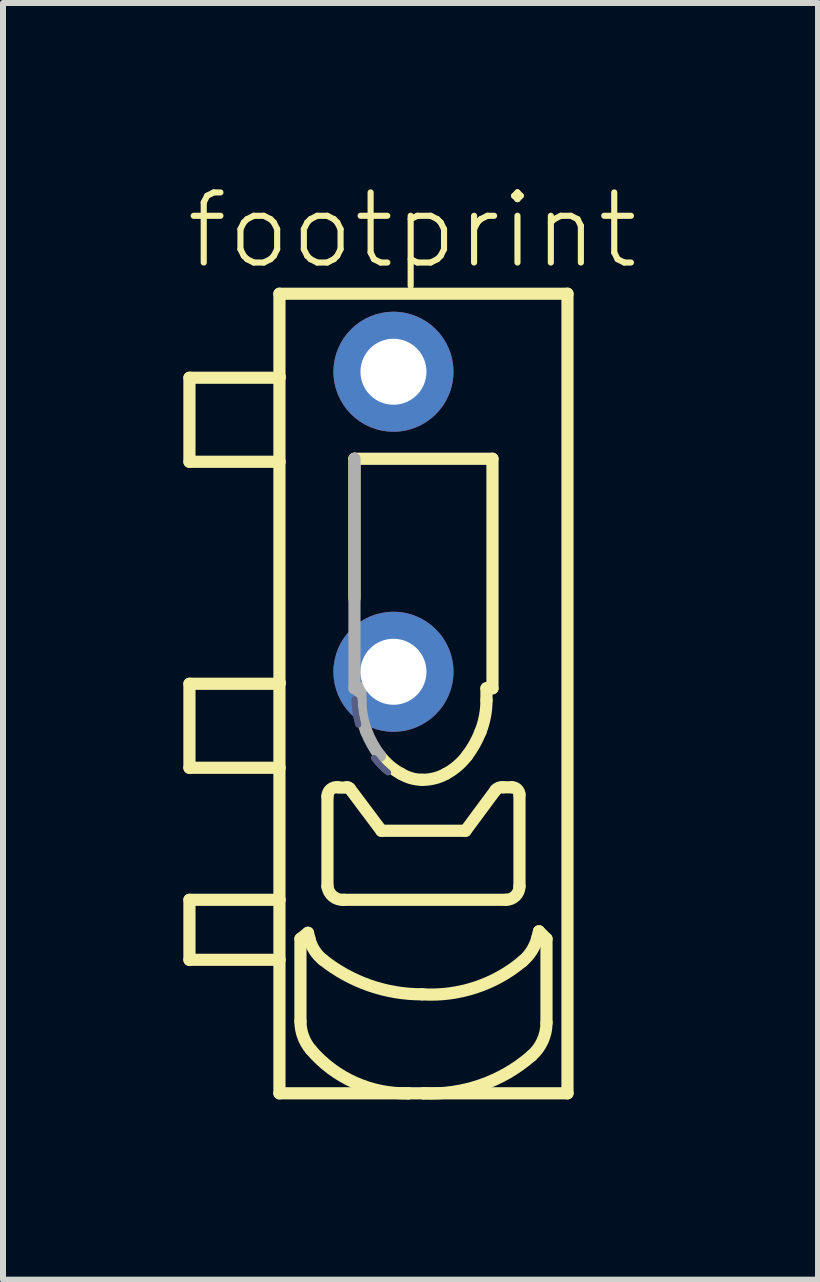
<source format=kicad_pcb>
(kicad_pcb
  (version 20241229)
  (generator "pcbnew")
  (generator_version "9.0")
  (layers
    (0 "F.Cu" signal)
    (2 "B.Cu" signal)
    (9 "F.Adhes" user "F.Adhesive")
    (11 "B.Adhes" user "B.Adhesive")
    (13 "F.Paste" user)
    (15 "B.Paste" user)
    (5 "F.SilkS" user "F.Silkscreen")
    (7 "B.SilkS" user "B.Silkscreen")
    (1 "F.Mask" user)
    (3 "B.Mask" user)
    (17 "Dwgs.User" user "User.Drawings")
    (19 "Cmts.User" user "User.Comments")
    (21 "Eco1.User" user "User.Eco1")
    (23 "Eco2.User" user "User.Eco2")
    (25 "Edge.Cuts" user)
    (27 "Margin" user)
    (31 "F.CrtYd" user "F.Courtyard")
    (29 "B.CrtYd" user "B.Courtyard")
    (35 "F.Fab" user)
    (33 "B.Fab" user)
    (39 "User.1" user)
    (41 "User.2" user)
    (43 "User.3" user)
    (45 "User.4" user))
  (footprint "footprint"
    (layer "F.Cu")
    (at 3.507 5.645)
    (property "Reference" "footprint" (at -3.507 -4.172 0) (layer "F.SilkS") (effects (font (size 1.168 1.168) (thickness 0.102)) (justify left bottom)))
    (fp_line (start -3.4 -2.4) (end -1.9 -2.4) (stroke (width 0.203) (type solid)) (layer "F.SilkS"))
    (fp_line (start -3.4 -1) (end -3.4 -2.4) (stroke (width 0.203) (type solid)) (layer "F.SilkS"))
    (fp_line (start -3.4 2.7) (end -1.925 2.7) (stroke (width 0.203) (type solid)) (layer "F.SilkS"))
    (fp_line (start -3.4 4.1) (end -3.4 2.7) (stroke (width 0.203) (type solid)) (layer "F.SilkS"))
    (fp_line (start -3.4 6.3) (end -1.9 6.3) (stroke (width 0.203) (type solid)) (layer "F.SilkS"))
    (fp_line (start -3.4 7.3) (end -3.4 6.3) (stroke (width 0.203) (type solid)) (layer "F.SilkS"))
    (fp_line (start -1.925 2.7) (end -1.9 2.7) (stroke (width 0.203) (type solid)) (layer "F.SilkS"))
    (fp_line (start -1.9 -3.8) (end 2.9 -3.8) (stroke (width 0.203) (type solid)) (layer "F.SilkS"))
    (fp_line (start -1.9 -2.425) (end -1.9 -3.8) (stroke (width 0.203) (type solid)) (layer "F.SilkS"))
    (fp_line (start -1.9 -2.425) (end -1.9 -1) (stroke (width 0.203) (type solid)) (layer "F.SilkS"))
    (fp_line (start -1.9 -2.4) (end -1.9 -2.425) (stroke (width 0.203) (type solid)) (layer "F.SilkS"))
    (fp_line (start -1.9 -1) (end -3.4 -1) (stroke (width 0.203) (type solid)) (layer "F.SilkS"))
    (fp_line (start -1.9 2.675) (end -1.9 -1) (stroke (width 0.203) (type solid)) (layer "F.SilkS"))
    (fp_line (start -1.9 2.675) (end -1.9 4.1) (stroke (width 0.203) (type solid)) (layer "F.SilkS"))
    (fp_line (start -1.9 2.7) (end -1.9 2.675) (stroke (width 0.203) (type solid)) (layer "F.SilkS"))
    (fp_line (start -1.9 4.1) (end -3.4 4.1) (stroke (width 0.203) (type solid)) (layer "F.SilkS"))
    (fp_line (start -1.9 6.3) (end -1.9 4.1) (stroke (width 0.203) (type solid)) (layer "F.SilkS"))
    (fp_line (start -1.9 6.3) (end -1.9 7.3) (stroke (width 0.203) (type solid)) (layer "F.SilkS"))
    (fp_line (start -1.9 7.3) (end -3.4 7.3) (stroke (width 0.203) (type solid)) (layer "F.SilkS"))
    (fp_line (start -1.9 9.525) (end -1.9 7.3) (stroke (width 0.203) (type solid)) (layer "F.SilkS"))
    (fp_line (start -1.55 6.95) (end -1.55 8.325) (stroke (width 0.203) (type solid)) (layer "F.SilkS"))
    (fp_line (start -1.425 6.85) (end -1.55 6.95) (stroke (width 0.203) (type solid)) (layer "F.SilkS"))
    (fp_line (start -1.425 6.85) (end -1.4 6.95) (stroke (width 0.203) (type solid)) (layer "F.SilkS"))
    (fp_line (start -1.1 6.075) (end -1.1 4.575) (stroke (width 0.203) (type solid)) (layer "F.SilkS"))
    (fp_line (start -0.725 4.45) (end -0.2 5.15) (stroke (width 0.203) (type solid)) (layer "F.SilkS"))
    (fp_line (start -0.65 -1.05) (end -0.65 1.275) (stroke (width 0.203) (type solid)) (layer "F.SilkS"))
    (fp_line (start -0.65 -1.05) (end 1.65 -1.05) (stroke (width 0.203) (type solid)) (layer "F.SilkS"))
    (fp_line (start -0.2 5.15) (end 1.2 5.15) (stroke (width 0.203) (type solid)) (layer "F.SilkS"))
    (fp_line (start 0.25 9.525) (end -1.9 9.525) (stroke (width 0.203) (type solid)) (layer "F.SilkS"))
    (fp_line (start 0.5 9.525) (end 0.25 9.525) (stroke (width 0.203) (type solid)) (layer "F.SilkS"))
    (fp_line (start 1.2 5.15) (end 1.7 4.475) (stroke (width 0.203) (type solid)) (layer "F.SilkS"))
    (fp_line (start 1.55 2.775) (end 1.55 2.975) (stroke (width 0.203) (type solid)) (layer "F.SilkS"))
    (fp_line (start 1.575 2.775) (end 1.55 2.775) (stroke (width 0.203) (type solid)) (layer "F.SilkS"))
    (fp_line (start 1.65 -1.05) (end 1.65 2.775) (stroke (width 0.203) (type solid)) (layer "F.SilkS"))
    (fp_line (start 1.65 2.775) (end 1.575 2.775) (stroke (width 0.203) (type solid)) (layer "F.SilkS"))
    (fp_line (start 1.825 4.425) (end 1.975 4.425) (stroke (width 0.203) (type solid)) (layer "F.SilkS"))
    (fp_line (start 1.875 6.3) (end -0.825 6.3) (stroke (width 0.203) (type solid)) (layer "F.SilkS"))
    (fp_line (start 2.1 4.55) (end 2.1 6.075) (stroke (width 0.203) (type solid)) (layer "F.SilkS"))
    (fp_line (start 2.425 6.825) (end 2.4 6.925) (stroke (width 0.203) (type solid)) (layer "F.SilkS"))
    (fp_line (start 2.55 6.95) (end 2.425 6.825) (stroke (width 0.203) (type solid)) (layer "F.SilkS"))
    (fp_line (start 2.55 6.95) (end 2.55 8.35) (stroke (width 0.203) (type solid)) (layer "F.SilkS"))
    (fp_line (start 2.9 -3.8) (end 2.9 9.525) (stroke (width 0.203) (type solid)) (layer "F.SilkS"))
    (fp_line (start 2.9 9.525) (end 0.5 9.525) (stroke (width 0.203) (type solid)) (layer "F.SilkS"))
    (fp_arc (start -1.374999 8.8) (mid -1.50486 8.578107) (end -1.55 8.325) (stroke (width 0.2032) (type solid)) (layer "F.SilkS"))
    (fp_arc (start -1.174999 7.3) (mid -1.316314 7.143524) (end -1.4 6.95) (stroke (width 0.2032) (type solid)) (layer "F.SilkS"))
    (fp_arc (start -1.1 4.575) (mid -1.046996 4.459755) (end -0.925001 4.424999) (stroke (width 0.2032) (type solid)) (layer "F.SilkS"))
    (fp_arc (start -0.825 6.3) (mid -1.00825 6.243416) (end -1.099999 6.074999) (stroke (width 0.2032) (type solid)) (layer "F.SilkS"))
    (fp_arc (start -0.775 4.425) (mid -0.85 4.430766) (end -0.925 4.425) (stroke (width 0.2032) (type solid)) (layer "F.SilkS"))
    (fp_arc (start -0.775 4.425) (mid -0.746022 4.429543) (end -0.725 4.449998) (stroke (width 0.2032) (type solid)) (layer "F.SilkS"))
    (fp_arc (start 0.125 4.2) (mid -0.066101 4.068784) (end -0.225 3.9) (stroke (width 0.2032) (type solid)) (layer "F.SilkS"))
    (fp_arc (start 0.25 9.525) (mid -0.644536 9.346374) (end -1.375 8.8) (stroke (width 0.2032) (type solid)) (layer "F.SilkS"))
    (fp_arc (start 0.475 4.3) (mid 0.293369 4.273208) (end 0.125 4.2) (stroke (width 0.2032) (type solid)) (layer "F.SilkS"))
    (fp_arc (start 0.475 7.875) (mid -0.399013 7.728147) (end -1.175 7.3) (stroke (width 0.2032) (type solid)) (layer "F.SilkS"))
    (fp_arc (start 0.875 4.2) (mid 0.68163 4.276523) (end 0.474999 4.3) (stroke (width 0.2032) (type solid)) (layer "F.SilkS"))
    (fp_arc (start 1.225 3.9) (mid 1.066101 4.068784) (end 0.875 4.2) (stroke (width 0.2032) (type solid)) (layer "F.SilkS"))
    (fp_arc (start 1.45 3.5) (mid 1.351115 3.707658) (end 1.225 3.9) (stroke (width 0.2032) (type solid)) (layer "F.SilkS"))
    (fp_arc (start 1.55 2.975) (mid 1.524778 3.24222) (end 1.45 3.5) (stroke (width 0.2032) (type solid)) (layer "F.SilkS"))
    (fp_arc (start 1.7 4.475) (mid 1.755408 4.432271) (end 1.825 4.425) (stroke (width 0.2032) (type solid)) (layer "F.SilkS"))
    (fp_arc (start 1.975 4.425) (mid 2.063388 4.461612) (end 2.1 4.55) (stroke (width 0.2032) (type solid)) (layer "F.SilkS"))
    (fp_arc (start 2.1 6.075) (mid 2.034099 6.234099) (end 1.875 6.3) (stroke (width 0.2032) (type solid)) (layer "F.SilkS"))
    (fp_arc (start 2.15 7.325) (mid 1.365581 7.761657) (end 0.475 7.875) (stroke (width 0.2032) (type solid)) (layer "F.SilkS"))
    (fp_arc (start 2.3 8.9) (mid 1.46064 9.387143) (end 0.5 9.525) (stroke (width 0.2032) (type solid)) (layer "F.SilkS"))
    (fp_arc (start 2.4 6.925) (mid 2.30662 7.144762) (end 2.15 7.325) (stroke (width 0.2032) (type solid)) (layer "F.SilkS"))
    (fp_arc (start 2.55 8.35) (mid 2.484568 8.652076) (end 2.3 8.9) (stroke (width 0.2032) (type solid)) (layer "F.SilkS"))
    (fp_line (start -0.649 2.955) (end -0.647 2.998) (stroke (width 0.1) (type solid)) (layer "B.Fab"))
    (fp_line (start -0.647 2.998) (end -0.646 3.02) (stroke (width 0.1) (type solid)) (layer "B.Fab"))
    (fp_line (start -0.646 3.02) (end -0.644 3.042) (stroke (width 0.1) (type solid)) (layer "B.Fab"))
    (fp_line (start -0.644 3.042) (end -0.64 3.085) (stroke (width 0.1) (type solid)) (layer "B.Fab"))
    (fp_line (start -0.64 3.085) (end -0.635 3.128) (stroke (width 0.1) (type solid)) (layer "B.Fab"))
    (fp_line (start -0.635 3.128) (end -0.629 3.171) (stroke (width 0.1) (type solid)) (layer "B.Fab"))
    (fp_line (start -0.629 3.171) (end -0.623 3.214) (stroke (width 0.1) (type solid)) (layer "B.Fab"))
    (fp_line (start -0.623 3.214) (end -0.615 3.257) (stroke (width 0.1) (type solid)) (layer "B.Fab"))
    (fp_line (start -0.615 3.257) (end -0.611 3.278) (stroke (width 0.1) (type solid)) (layer "B.Fab"))
    (fp_line (start -0.611 3.278) (end -0.606 3.299) (stroke (width 0.1) (type solid)) (layer "B.Fab"))
    (fp_line (start -0.606 3.299) (end -0.597 3.341) (stroke (width 0.1) (type solid)) (layer "B.Fab"))
    (fp_line (start -0.597 3.341) (end -0.586 3.382) (stroke (width 0.1) (type solid)) (layer "B.Fab"))
    (fp_line (start -0.325 3.935) (end -0.313 3.951) (stroke (width 0.1) (type solid)) (layer "B.Fab"))
    (fp_line (start -0.313 3.951) (end -0.301 3.966) (stroke (width 0.1) (type solid)) (layer "B.Fab"))
    (fp_line (start -0.301 3.966) (end -0.277 3.996) (stroke (width 0.1) (type solid)) (layer "B.Fab"))
    (fp_line (start -0.277 3.996) (end -0.252 4.025) (stroke (width 0.1) (type solid)) (layer "B.Fab"))
    (fp_line (start -0.252 4.025) (end -0.226 4.053) (stroke (width 0.1) (type solid)) (layer "B.Fab"))
    (fp_line (start -0.226 4.053) (end -0.2 4.08) (stroke (width 0.1) (type solid)) (layer "B.Fab"))
    (fp_line (start -0.2 4.08) (end -0.173 4.106) (stroke (width 0.1) (type solid)) (layer "B.Fab"))
    (fp_line (start -0.173 4.106) (end -0.16 4.119) (stroke (width 0.1) (type solid)) (layer "B.Fab"))
    (fp_line (start -0.16 4.119) (end -0.146 4.131) (stroke (width 0.1) (type solid)) (layer "B.Fab"))
    (fp_line (start -0.146 4.131) (end -0.118 4.155) (stroke (width 0.1) (type solid)) (layer "B.Fab"))
    (fp_line (start -0.118 4.155) (end -0.089 4.178) (stroke (width 0.1) (type solid)) (layer "B.Fab"))
    (fp_line (start -0.65 -1.05) (end -0.65 2.775) (stroke (width 0.203) (type solid)) (layer "F.Fab"))
    (fp_line (start -0.65 2.775) (end -0.575 2.775) (stroke (width 0.203) (type solid)) (layer "F.Fab"))
    (fp_line (start -0.575 2.775) (end -0.55 2.775) (stroke (width 0.203) (type solid)) (layer "F.Fab"))
    (fp_line (start -0.55 2.775) (end -0.55 2.975) (stroke (width 0.203) (type solid)) (layer "F.Fab"))
    (fp_arc (start -0.45 3.5) (mid -0.524778 3.24222) (end -0.55 2.975) (stroke (width 0.2032) (type solid)) (layer "F.Fab"))
    (fp_arc (start -0.225 3.9) (mid -0.351115 3.707658) (end -0.45 3.5) (stroke (width 0.2032) (type solid)) (layer "F.Fab"))
    (pad "1@1" thru_hole circle (at 0 -2.5) (size 2 2) (drill 1.1) (layers "*.Cu" "*.Mask"))
    (pad "1@2" thru_hole circle (at 0 2.5) (size 2 2) (drill 1.1) (layers "*.Cu" "*.Mask")))
  (gr_rect
    (start -3 -3)
    (end 10.582 18.275)
    (stroke (width 0.1) (type default))
    (fill no)
    (layer "Edge.Cuts")))
</source>
